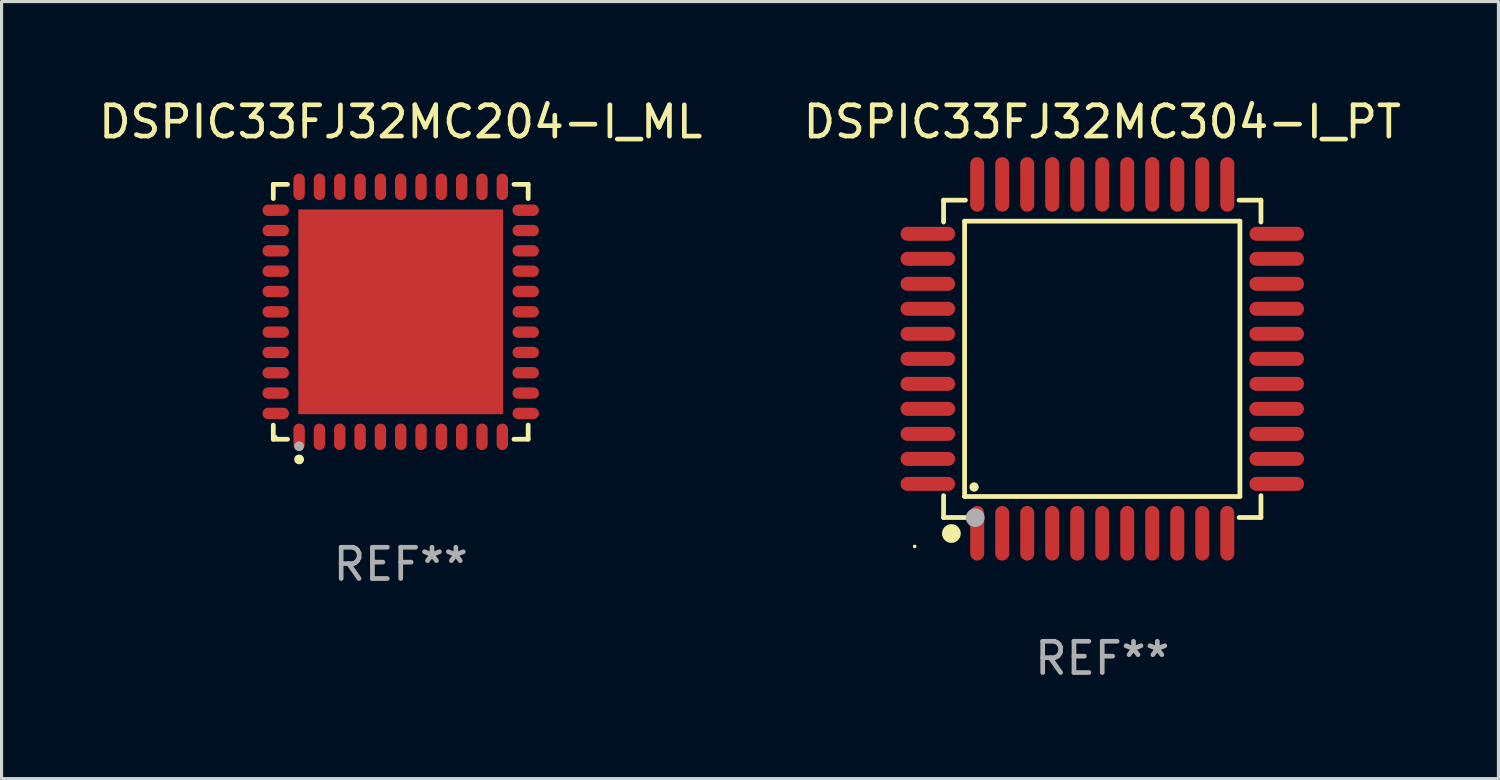
<source format=kicad_pcb>
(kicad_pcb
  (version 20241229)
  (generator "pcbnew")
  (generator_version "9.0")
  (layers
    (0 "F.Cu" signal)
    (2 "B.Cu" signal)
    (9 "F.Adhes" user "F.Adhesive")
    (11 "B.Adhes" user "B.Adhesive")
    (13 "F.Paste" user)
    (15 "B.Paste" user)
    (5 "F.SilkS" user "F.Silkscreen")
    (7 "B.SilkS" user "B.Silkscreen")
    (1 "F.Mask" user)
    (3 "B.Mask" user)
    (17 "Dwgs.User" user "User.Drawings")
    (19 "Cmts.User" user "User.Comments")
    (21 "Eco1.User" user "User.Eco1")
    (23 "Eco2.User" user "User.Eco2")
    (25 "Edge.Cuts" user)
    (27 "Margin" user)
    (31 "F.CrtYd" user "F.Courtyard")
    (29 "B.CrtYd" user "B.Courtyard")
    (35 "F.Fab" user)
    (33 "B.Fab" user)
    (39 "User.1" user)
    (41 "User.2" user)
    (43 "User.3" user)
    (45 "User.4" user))
  (footprint "DSPIC33FJ32MC304-I_PT"
    (layer "F.Cu")
    (at 32.208 8.428)
    (property "Reference" "DSPIC33FJ32MC304-I_PT" (at 0 -7.58 0) (layer "F.SilkS") (effects (font (size 1 1) (thickness 0.15))))
    (attr through_hole)
    (fp_line (start -5.076 -5.076) (end -5.076 -4.376) (stroke (width 0.152) (type solid)) (layer "F.SilkS"))
    (fp_line (start -5.076 5.076) (end -5.076 4.376) (stroke (width 0.152) (type solid)) (layer "F.SilkS"))
    (fp_line (start -4.403 -4.403) (end 4.403 -4.403) (stroke (width 0.152) (type solid)) (layer "F.SilkS"))
    (fp_line (start -4.403 4.403) (end -4.403 -4.403) (stroke (width 0.152) (type solid)) (layer "F.SilkS"))
    (fp_line (start -4.376 -5.076) (end -5.076 -5.076) (stroke (width 0.152) (type solid)) (layer "F.SilkS"))
    (fp_line (start -4.376 5.076) (end -5.076 5.076) (stroke (width 0.152) (type solid)) (layer "F.SilkS"))
    (fp_line (start 4.376 -5.076) (end 5.076 -5.076) (stroke (width 0.152) (type solid)) (layer "F.SilkS"))
    (fp_line (start 4.376 5.076) (end 5.076 5.076) (stroke (width 0.152) (type solid)) (layer "F.SilkS"))
    (fp_line (start 4.403 -4.403) (end 4.403 4.403) (stroke (width 0.152) (type solid)) (layer "F.SilkS"))
    (fp_line (start 4.403 4.403) (end -4.403 4.403) (stroke (width 0.152) (type solid)) (layer "F.SilkS"))
    (fp_line (start 5.076 -5.076) (end 5.076 -4.376) (stroke (width 0.152) (type solid)) (layer "F.SilkS"))
    (fp_line (start 5.076 5.076) (end 5.076 4.376) (stroke (width 0.152) (type solid)) (layer "F.SilkS"))
    (fp_circle (center -6 6) (end -5.97 6) (stroke (width 0.06) (type solid)) (fill no) (layer "F.SilkS"))
    (fp_circle (center -4.826 5.588) (end -4.676 5.588) (stroke (width 0.3) (type solid)) (fill no) (layer "F.SilkS"))
    (fp_circle (center -4.1 4.1) (end -4.025 4.1) (stroke (width 0.15) (type solid)) (fill no) (layer "F.SilkS"))
    (fp_circle (center -4.064 5.08) (end -3.914 5.08) (stroke (width 0.3) (type solid)) (fill no) (layer "F.Fab"))
    (fp_text user "REF**" (at 0 9.58 0) (layer "F.Fab") (effects (font (size 1 1) (thickness 0.15))))
    (pad "1" smd oval (at -4 5.58) (size 0.448 1.745) (layers "F.Cu" "F.Mask" "F.Paste"))
    (pad "2" smd oval (at -3.2 5.58) (size 0.448 1.745) (layers "F.Cu" "F.Mask" "F.Paste"))
    (pad "3" smd oval (at -2.4 5.58) (size 0.448 1.745) (layers "F.Cu" "F.Mask" "F.Paste"))
    (pad "4" smd oval (at -1.6 5.58) (size 0.448 1.745) (layers "F.Cu" "F.Mask" "F.Paste"))
    (pad "5" smd oval (at -0.8 5.58) (size 0.448 1.745) (layers "F.Cu" "F.Mask" "F.Paste"))
    (pad "6" smd oval (at 0 5.58) (size 0.448 1.745) (layers "F.Cu" "F.Mask" "F.Paste"))
    (pad "7" smd oval (at 0.8 5.58) (size 0.448 1.745) (layers "F.Cu" "F.Mask" "F.Paste"))
    (pad "8" smd oval (at 1.6 5.58) (size 0.448 1.745) (layers "F.Cu" "F.Mask" "F.Paste"))
    (pad "9" smd oval (at 2.4 5.58) (size 0.448 1.745) (layers "F.Cu" "F.Mask" "F.Paste"))
    (pad "10" smd oval (at 3.2 5.58) (size 0.448 1.745) (layers "F.Cu" "F.Mask" "F.Paste"))
    (pad "11" smd oval (at 4 5.58) (size 0.448 1.745) (layers "F.Cu" "F.Mask" "F.Paste"))
    (pad "12" smd oval (at 5.58 4) (size 1.745 0.448) (layers "F.Cu" "F.Mask" "F.Paste"))
    (pad "13" smd oval (at 5.58 3.2) (size 1.745 0.448) (layers "F.Cu" "F.Mask" "F.Paste"))
    (pad "14" smd oval (at 5.58 2.4) (size 1.745 0.448) (layers "F.Cu" "F.Mask" "F.Paste"))
    (pad "15" smd oval (at 5.58 1.6) (size 1.745 0.448) (layers "F.Cu" "F.Mask" "F.Paste"))
    (pad "16" smd oval (at 5.58 0.8) (size 1.745 0.448) (layers "F.Cu" "F.Mask" "F.Paste"))
    (pad "17" smd oval (at 5.58 0) (size 1.745 0.448) (layers "F.Cu" "F.Mask" "F.Paste"))
    (pad "18" smd oval (at 5.58 -0.8) (size 1.745 0.448) (layers "F.Cu" "F.Mask" "F.Paste"))
    (pad "19" smd oval (at 5.58 -1.6) (size 1.745 0.448) (layers "F.Cu" "F.Mask" "F.Paste"))
    (pad "20" smd oval (at 5.58 -2.4) (size 1.745 0.448) (layers "F.Cu" "F.Mask" "F.Paste"))
    (pad "21" smd oval (at 5.58 -3.2) (size 1.745 0.448) (layers "F.Cu" "F.Mask" "F.Paste"))
    (pad "22" smd oval (at 5.58 -4) (size 1.745 0.448) (layers "F.Cu" "F.Mask" "F.Paste"))
    (pad "23" smd oval (at 4 -5.58) (size 0.448 1.745) (layers "F.Cu" "F.Mask" "F.Paste"))
    (pad "24" smd oval (at 3.2 -5.58) (size 0.448 1.745) (layers "F.Cu" "F.Mask" "F.Paste"))
    (pad "25" smd oval (at 2.4 -5.58) (size 0.448 1.745) (layers "F.Cu" "F.Mask" "F.Paste"))
    (pad "26" smd oval (at 1.6 -5.58) (size 0.448 1.745) (layers "F.Cu" "F.Mask" "F.Paste"))
    (pad "27" smd oval (at 0.8 -5.58) (size 0.448 1.745) (layers "F.Cu" "F.Mask" "F.Paste"))
    (pad "28" smd oval (at 0 -5.58) (size 0.448 1.745) (layers "F.Cu" "F.Mask" "F.Paste"))
    (pad "29" smd oval (at -0.8 -5.58) (size 0.448 1.745) (layers "F.Cu" "F.Mask" "F.Paste"))
    (pad "30" smd oval (at -1.6 -5.58) (size 0.448 1.745) (layers "F.Cu" "F.Mask" "F.Paste"))
    (pad "31" smd oval (at -2.4 -5.58) (size 0.448 1.745) (layers "F.Cu" "F.Mask" "F.Paste"))
    (pad "32" smd oval (at -3.2 -5.58) (size 0.448 1.745) (layers "F.Cu" "F.Mask" "F.Paste"))
    (pad "33" smd oval (at -4 -5.58) (size 0.448 1.745) (layers "F.Cu" "F.Mask" "F.Paste"))
    (pad "34" smd oval (at -5.58 -4) (size 1.745 0.448) (layers "F.Cu" "F.Mask" "F.Paste"))
    (pad "35" smd oval (at -5.58 -3.2) (size 1.745 0.448) (layers "F.Cu" "F.Mask" "F.Paste"))
    (pad "36" smd oval (at -5.58 -2.4) (size 1.745 0.448) (layers "F.Cu" "F.Mask" "F.Paste"))
    (pad "37" smd oval (at -5.58 -1.6) (size 1.745 0.448) (layers "F.Cu" "F.Mask" "F.Paste"))
    (pad "38" smd oval (at -5.58 -0.8) (size 1.745 0.448) (layers "F.Cu" "F.Mask" "F.Paste"))
    (pad "39" smd oval (at -5.58 0) (size 1.745 0.448) (layers "F.Cu" "F.Mask" "F.Paste"))
    (pad "40" smd oval (at -5.58 0.8) (size 1.745 0.448) (layers "F.Cu" "F.Mask" "F.Paste"))
    (pad "41" smd oval (at -5.58 1.6) (size 1.745 0.448) (layers "F.Cu" "F.Mask" "F.Paste"))
    (pad "42" smd oval (at -5.58 2.4) (size 1.745 0.448) (layers "F.Cu" "F.Mask" "F.Paste"))
    (pad "43" smd oval (at -5.58 3.2) (size 1.745 0.448) (layers "F.Cu" "F.Mask" "F.Paste"))
    (pad "44" smd oval (at -5.58 4) (size 1.745 0.448) (layers "F.Cu" "F.Mask" "F.Paste")))
  (footprint "DSPIC33FJ32MC204-I_ML"
    (layer "F.Cu")
    (at 9.768 6.924)
    (property "Reference" "DSPIC33FJ32MC204-I_ML" (at 0 -6.076 0) (layer "F.SilkS") (effects (font (size 1 1) (thickness 0.15))))
    (attr through_hole)
    (fp_line (start -4.076 -4.076) (end -3.623 -4.076) (stroke (width 0.152) (type solid)) (layer "F.SilkS"))
    (fp_line (start -4.076 -3.623) (end -4.076 -4.076) (stroke (width 0.152) (type solid)) (layer "F.SilkS"))
    (fp_line (start -4.076 3.623) (end -4.076 4.076) (stroke (width 0.152) (type solid)) (layer "F.SilkS"))
    (fp_line (start -4.076 4.076) (end -3.623 4.076) (stroke (width 0.152) (type solid)) (layer "F.SilkS"))
    (fp_line (start 4.076 -4.076) (end 3.623 -4.076) (stroke (width 0.152) (type solid)) (layer "F.SilkS"))
    (fp_line (start 4.076 -3.623) (end 4.076 -4.076) (stroke (width 0.152) (type solid)) (layer "F.SilkS"))
    (fp_line (start 4.076 3.623) (end 4.076 4.076) (stroke (width 0.152) (type solid)) (layer "F.SilkS"))
    (fp_line (start 4.076 4.076) (end 3.623 4.076) (stroke (width 0.152) (type solid)) (layer "F.SilkS"))
    (fp_circle (center -4 4) (end -3.97 4) (stroke (width 0.06) (type solid)) (fill no) (layer "F.SilkS"))
    (fp_circle (center -3.25 4.722) (end -3.171 4.722) (stroke (width 0.158) (type solid)) (fill no) (layer "F.SilkS"))
    (fp_circle (center -3.25 4.3) (end -3.171 4.3) (stroke (width 0.158) (type solid)) (fill no) (layer "F.Fab"))
    (fp_text user "REF**" (at 0 8.076 0) (layer "F.Fab") (effects (font (size 1 1) (thickness 0.15))))
    (pad "1" smd oval (at -3.25 3.998) (size 0.364 0.847) (layers "F.Cu" "F.Mask" "F.Paste"))
    (pad "2" smd oval (at -2.6 3.998) (size 0.364 0.847) (layers "F.Cu" "F.Mask" "F.Paste"))
    (pad "3" smd oval (at -1.95 3.998) (size 0.364 0.847) (layers "F.Cu" "F.Mask" "F.Paste"))
    (pad "4" smd oval (at -1.3 3.998) (size 0.364 0.847) (layers "F.Cu" "F.Mask" "F.Paste"))
    (pad "5" smd oval (at -0.65 3.998) (size 0.364 0.847) (layers "F.Cu" "F.Mask" "F.Paste"))
    (pad "6" smd oval (at 0 3.998) (size 0.364 0.847) (layers "F.Cu" "F.Mask" "F.Paste"))
    (pad "7" smd oval (at 0.65 3.998) (size 0.364 0.847) (layers "F.Cu" "F.Mask" "F.Paste"))
    (pad "8" smd oval (at 1.3 3.998) (size 0.364 0.847) (layers "F.Cu" "F.Mask" "F.Paste"))
    (pad "9" smd oval (at 1.95 3.998) (size 0.364 0.847) (layers "F.Cu" "F.Mask" "F.Paste"))
    (pad "10" smd oval (at 2.6 3.998) (size 0.364 0.847) (layers "F.Cu" "F.Mask" "F.Paste"))
    (pad "11" smd oval (at 3.25 3.998) (size 0.364 0.847) (layers "F.Cu" "F.Mask" "F.Paste"))
    (pad "12" smd oval (at 3.998 3.25) (size 0.847 0.364) (layers "F.Cu" "F.Mask" "F.Paste"))
    (pad "13" smd oval (at 3.998 2.6) (size 0.847 0.364) (layers "F.Cu" "F.Mask" "F.Paste"))
    (pad "14" smd oval (at 3.998 1.95) (size 0.847 0.364) (layers "F.Cu" "F.Mask" "F.Paste"))
    (pad "15" smd oval (at 3.998 1.3) (size 0.847 0.364) (layers "F.Cu" "F.Mask" "F.Paste"))
    (pad "16" smd oval (at 3.998 0.65) (size 0.847 0.364) (layers "F.Cu" "F.Mask" "F.Paste"))
    (pad "17" smd oval (at 3.998 0) (size 0.847 0.364) (layers "F.Cu" "F.Mask" "F.Paste"))
    (pad "18" smd oval (at 3.998 -0.65) (size 0.847 0.364) (layers "F.Cu" "F.Mask" "F.Paste"))
    (pad "19" smd oval (at 3.998 -1.3) (size 0.847 0.364) (layers "F.Cu" "F.Mask" "F.Paste"))
    (pad "20" smd oval (at 3.998 -1.95) (size 0.847 0.364) (layers "F.Cu" "F.Mask" "F.Paste"))
    (pad "21" smd oval (at 3.998 -2.6) (size 0.847 0.364) (layers "F.Cu" "F.Mask" "F.Paste"))
    (pad "22" smd oval (at 3.998 -3.25) (size 0.847 0.364) (layers "F.Cu" "F.Mask" "F.Paste"))
    (pad "23" smd oval (at 3.25 -3.998) (size 0.364 0.847) (layers "F.Cu" "F.Mask" "F.Paste"))
    (pad "24" smd oval (at 2.6 -3.998) (size 0.364 0.847) (layers "F.Cu" "F.Mask" "F.Paste"))
    (pad "25" smd oval (at 1.95 -3.998) (size 0.364 0.847) (layers "F.Cu" "F.Mask" "F.Paste"))
    (pad "26" smd oval (at 1.3 -3.998) (size 0.364 0.847) (layers "F.Cu" "F.Mask" "F.Paste"))
    (pad "27" smd oval (at 0.65 -3.998) (size 0.364 0.847) (layers "F.Cu" "F.Mask" "F.Paste"))
    (pad "28" smd oval (at 0 -3.998) (size 0.364 0.847) (layers "F.Cu" "F.Mask" "F.Paste"))
    (pad "29" smd oval (at -0.65 -3.998) (size 0.364 0.847) (layers "F.Cu" "F.Mask" "F.Paste"))
    (pad "30" smd oval (at -1.3 -3.998) (size 0.364 0.847) (layers "F.Cu" "F.Mask" "F.Paste"))
    (pad "31" smd oval (at -1.95 -3.998) (size 0.364 0.847) (layers "F.Cu" "F.Mask" "F.Paste"))
    (pad "32" smd oval (at -2.6 -3.998) (size 0.364 0.847) (layers "F.Cu" "F.Mask" "F.Paste"))
    (pad "33" smd oval (at -3.25 -3.998) (size 0.364 0.847) (layers "F.Cu" "F.Mask" "F.Paste"))
    (pad "34" smd oval (at -3.998 -3.25) (size 0.847 0.364) (layers "F.Cu" "F.Mask" "F.Paste"))
    (pad "35" smd oval (at -3.998 -2.6) (size 0.847 0.364) (layers "F.Cu" "F.Mask" "F.Paste"))
    (pad "36" smd oval (at -3.998 -1.95) (size 0.847 0.364) (layers "F.Cu" "F.Mask" "F.Paste"))
    (pad "37" smd oval (at -3.998 -1.3) (size 0.847 0.364) (layers "F.Cu" "F.Mask" "F.Paste"))
    (pad "38" smd oval (at -3.998 -0.65) (size 0.847 0.364) (layers "F.Cu" "F.Mask" "F.Paste"))
    (pad "39" smd oval (at -3.998 0) (size 0.847 0.364) (layers "F.Cu" "F.Mask" "F.Paste"))
    (pad "40" smd oval (at -3.998 0.65) (size 0.847 0.364) (layers "F.Cu" "F.Mask" "F.Paste"))
    (pad "41" smd oval (at -3.998 1.3) (size 0.847 0.364) (layers "F.Cu" "F.Mask" "F.Paste"))
    (pad "42" smd oval (at -3.998 1.95) (size 0.847 0.364) (layers "F.Cu" "F.Mask" "F.Paste"))
    (pad "43" smd oval (at -3.998 2.6) (size 0.847 0.364) (layers "F.Cu" "F.Mask" "F.Paste"))
    (pad "44" smd oval (at -3.998 3.25) (size 0.847 0.364) (layers "F.Cu" "F.Mask" "F.Paste"))
    (pad "45" smd rect (at 0 0) (size 6.55 6.55) (layers "F.Cu" "F.Mask" "F.Paste")))
  (gr_rect
    (start -3 -3)
    (end 44.881 21.856)
    (stroke (width 0.1) (type default))
    (fill no)
    (layer "Edge.Cuts")))
</source>
